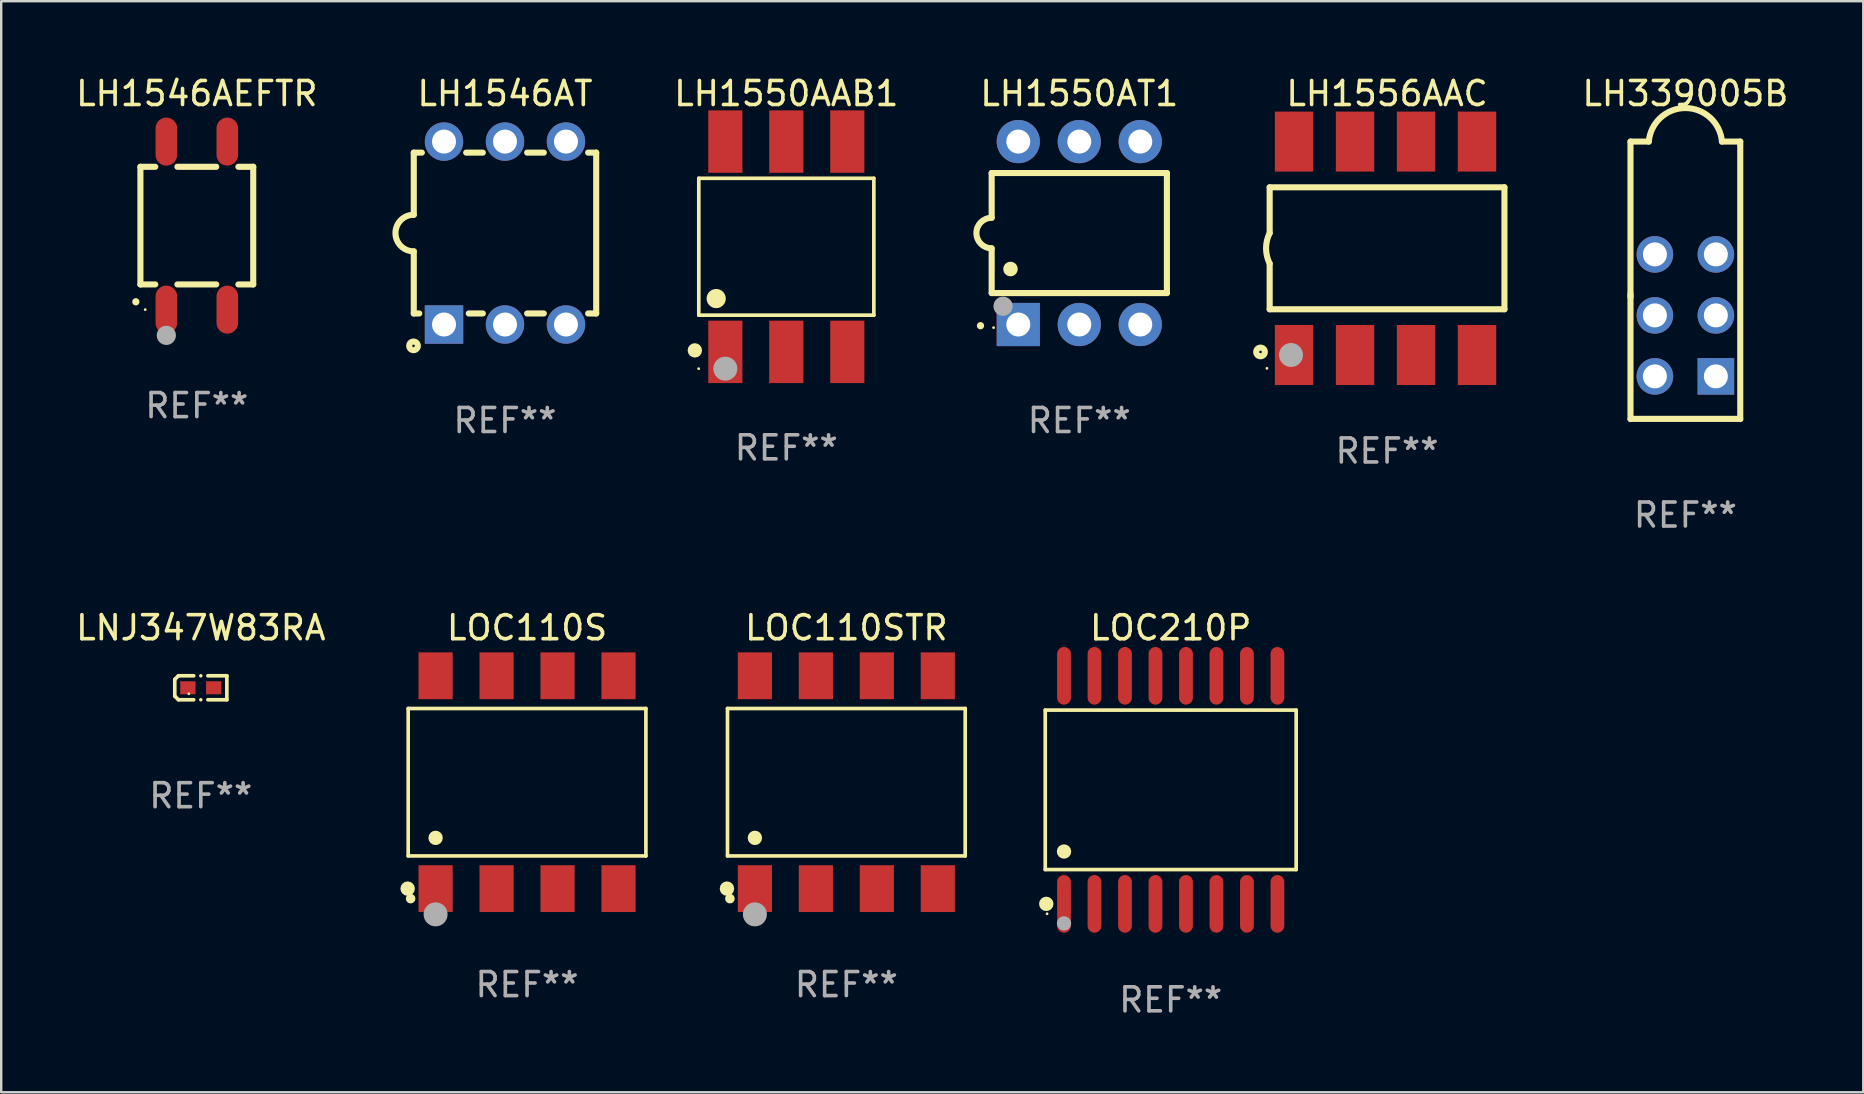
<source format=kicad_pcb>
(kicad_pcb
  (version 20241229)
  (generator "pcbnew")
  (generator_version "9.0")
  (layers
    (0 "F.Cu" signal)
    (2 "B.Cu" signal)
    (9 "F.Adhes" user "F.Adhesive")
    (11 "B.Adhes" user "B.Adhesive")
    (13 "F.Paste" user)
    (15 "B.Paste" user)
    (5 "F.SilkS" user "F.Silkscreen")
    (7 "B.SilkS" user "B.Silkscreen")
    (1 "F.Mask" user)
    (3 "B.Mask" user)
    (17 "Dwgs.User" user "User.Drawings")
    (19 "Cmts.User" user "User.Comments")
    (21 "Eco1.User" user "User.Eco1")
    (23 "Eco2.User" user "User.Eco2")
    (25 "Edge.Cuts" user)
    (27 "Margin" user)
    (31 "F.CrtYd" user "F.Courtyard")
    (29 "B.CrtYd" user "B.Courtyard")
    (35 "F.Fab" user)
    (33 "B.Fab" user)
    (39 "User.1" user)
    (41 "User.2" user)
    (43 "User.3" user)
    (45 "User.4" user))
  (footprint "LH1550AAB1"
    (layer "F.Cu")
    (at 29.705 7.228)
    (property "Reference" "LH1550AAB1" (at 0 -6.38 0) (layer "F.SilkS") (effects (font (size 1 1) (thickness 0.15))))
    (attr through_hole)
    (fp_line (start -3.646 -2.851) (end 3.646 -2.851) (stroke (width 0.152) (type solid)) (layer "F.SilkS"))
    (fp_line (start -3.646 2.851) (end -3.646 -2.851) (stroke (width 0.152) (type solid)) (layer "F.SilkS"))
    (fp_line (start 3.646 -2.851) (end 3.646 2.851) (stroke (width 0.152) (type solid)) (layer "F.SilkS"))
    (fp_line (start 3.646 2.851) (end -3.646 2.851) (stroke (width 0.152) (type solid)) (layer "F.SilkS"))
    (fp_circle (center -3.81 4.318) (end -3.66 4.318) (stroke (width 0.3) (type solid)) (fill no) (layer "F.SilkS"))
    (fp_circle (center -3.65 5.08) (end -3.62 5.08) (stroke (width 0.06) (type solid)) (fill no) (layer "F.SilkS"))
    (fp_circle (center -2.921 2.159) (end -2.721 2.159) (stroke (width 0.4) (type solid)) (fill no) (layer "F.SilkS"))
    (fp_circle (center -2.54 5.08) (end -2.29 5.08) (stroke (width 0.5) (type solid)) (fill no) (layer "F.Fab"))
    (fp_text user "REF**" (at 0 8.38 0) (layer "F.Fab") (effects (font (size 1 1) (thickness 0.15))))
    (pad "1" smd rect (at -2.54 4.38) (size 1.422 2.6) (layers "F.Cu" "F.Mask" "F.Paste"))
    (pad "2" smd rect (at 0 4.38) (size 1.422 2.6) (layers "F.Cu" "F.Mask" "F.Paste"))
    (pad "3" smd rect (at 2.54 4.38) (size 1.422 2.6) (layers "F.Cu" "F.Mask" "F.Paste"))
    (pad "4" smd rect (at 2.54 -4.38) (size 1.422 2.6) (layers "F.Cu" "F.Mask" "F.Paste"))
    (pad "5" smd rect (at 0 -4.38) (size 1.422 2.6) (layers "F.Cu" "F.Mask" "F.Paste"))
    (pad "6" smd rect (at -2.54 -4.38) (size 1.422 2.6) (layers "F.Cu" "F.Mask" "F.Paste")))
  (footprint "LH1556AAC"
    (layer "F.Cu")
    (at 54.73 7.293)
    (property "Reference" "LH1556AAC" (at 0 -6.445 0) (layer "F.SilkS") (effects (font (size 1 1) (thickness 0.15))))
    (attr through_hole)
    (fp_line (start -4.89 -2.54) (end 4.89 -2.54) (stroke (width 0.254) (type solid)) (layer "F.SilkS"))
    (fp_line (start -4.89 -0.635) (end -4.89 -2.54) (stroke (width 0.254) (type solid)) (layer "F.SilkS"))
    (fp_line (start -4.89 2.54) (end -4.89 0.635) (stroke (width 0.254) (type solid)) (layer "F.SilkS"))
    (fp_line (start 4.89 -2.54) (end 4.89 2.54) (stroke (width 0.254) (type solid)) (layer "F.SilkS"))
    (fp_line (start 4.89 2.54) (end -4.89 2.54) (stroke (width 0.254) (type solid)) (layer "F.SilkS"))
    (fp_arc (start -4.890119 0.635002) (mid -5.039815 -0.000071) (end -4.88951 -0.635001) (stroke (width 0.254001) (type solid)) (layer "F.SilkS"))
    (fp_circle (center -5.271 4.318) (end -5.091 4.318) (stroke (width 0.254) (type solid)) (fill no) (layer "F.SilkS"))
    (fp_circle (center -5.004 5) (end -4.974 5) (stroke (width 0.06) (type solid)) (fill no) (layer "F.SilkS"))
    (fp_circle (center -4.001 4.445) (end -3.751 4.445) (stroke (width 0.5) (type solid)) (fill no) (layer "F.Fab"))
    (fp_text user "REF**" (at 0 8.445 0) (layer "F.Fab") (effects (font (size 1 1) (thickness 0.15))))
    (pad "1" smd rect (at -3.874 4.445) (size 1.6 2.5) (layers "F.Cu" "F.Mask" "F.Paste"))
    (pad "2" smd rect (at -1.334 4.445) (size 1.6 2.5) (layers "F.Cu" "F.Mask" "F.Paste"))
    (pad "3" smd rect (at 1.207 4.445) (size 1.6 2.5) (layers "F.Cu" "F.Mask" "F.Paste"))
    (pad "4" smd rect (at 3.747 4.445) (size 1.6 2.5) (layers "F.Cu" "F.Mask" "F.Paste"))
    (pad "5" smd rect (at 3.747 -4.445) (size 1.6 2.5) (layers "F.Cu" "F.Mask" "F.Paste"))
    (pad "6" smd rect (at 1.207 -4.445) (size 1.6 2.5) (layers "F.Cu" "F.Mask" "F.Paste"))
    (pad "7" smd rect (at -1.334 -4.445) (size 1.6 2.5) (layers "F.Cu" "F.Mask" "F.Paste"))
    (pad "8" smd rect (at -3.874 -4.445) (size 1.6 2.5) (layers "F.Cu" "F.Mask" "F.Paste")))
  (footprint "LNJ347W83RA"
    (layer "F.Cu")
    (at 5.315 25.6)
    (property "Reference" "LNJ347W83RA" (at 0 -2.499 0) (layer "F.SilkS") (effects (font (size 1 1) (thickness 0.15))))
    (attr through_hole)
    (fp_line (start -1.085 -0.346) (end -0.933 -0.499) (stroke (width 0.152) (type solid)) (layer "F.SilkS"))
    (fp_line (start -1.085 0.346) (end -1.085 -0.346) (stroke (width 0.152) (type solid)) (layer "F.SilkS"))
    (fp_line (start -0.933 -0.499) (end -0.296 -0.499) (stroke (width 0.152) (type solid)) (layer "F.SilkS"))
    (fp_line (start -0.933 0.499) (end -1.085 0.346) (stroke (width 0.152) (type solid)) (layer "F.SilkS"))
    (fp_line (start -0.296 0.499) (end -0.933 0.499) (stroke (width 0.152) (type solid)) (layer "F.SilkS"))
    (fp_line (start 0.296 0.499) (end 1.085 0.499) (stroke (width 0.152) (type solid)) (layer "F.SilkS"))
    (fp_line (start 1.085 -0.499) (end 0.296 -0.499) (stroke (width 0.152) (type solid)) (layer "F.SilkS"))
    (fp_line (start 1.085 0.499) (end 1.085 -0.499) (stroke (width 0.152) (type solid)) (layer "F.SilkS"))
    (fp_circle (center -0.5 0.25) (end -0.47 0.25) (stroke (width 0.06) (type solid)) (fill no) (layer "F.SilkS"))
    (fp_circle (center 0 -0.499) (end 0.038 -0.499) (stroke (width 0.076) (type solid)) (fill no) (layer "F.SilkS"))
    (fp_circle (center 0 0.499) (end 0.038 0.499) (stroke (width 0.076) (type solid)) (fill no) (layer "F.SilkS"))
    (fp_text user "REF**" (at 0 4.499 0) (layer "F.Fab") (effects (font (size 1 1) (thickness 0.15))))
    (pad "1" smd rect (at -0.538 0) (size 0.636 0.54) (layers "F.Cu" "F.Mask" "F.Paste"))
    (pad "2" smd rect (at 0.538 0) (size 0.636 0.54) (layers "F.Cu" "F.Mask" "F.Paste")))
  (footprint "LOC110S"
    (layer "F.Cu")
    (at 18.905 29.534)
    (property "Reference" "LOC110S" (at 0 -6.433 0) (layer "F.SilkS") (effects (font (size 1 1) (thickness 0.15))))
    (attr through_hole)
    (fp_line (start -4.951 -3.071) (end 4.951 -3.071) (stroke (width 0.152) (type solid)) (layer "F.SilkS"))
    (fp_line (start -4.951 3.071) (end -4.951 -3.071) (stroke (width 0.152) (type solid)) (layer "F.SilkS"))
    (fp_line (start 4.951 -3.071) (end 4.951 3.071) (stroke (width 0.152) (type solid)) (layer "F.SilkS"))
    (fp_line (start 4.951 3.071) (end -4.951 3.071) (stroke (width 0.152) (type solid)) (layer "F.SilkS"))
    (fp_circle (center -4.974 4.433) (end -4.823 4.433) (stroke (width 0.3) (type solid)) (fill no) (layer "F.SilkS"))
    (fp_circle (center -4.85 4.85) (end -4.75 4.85) (stroke (width 0.2) (type solid)) (fill no) (layer "F.SilkS"))
    (fp_circle (center -3.81 2.319) (end -3.66 2.319) (stroke (width 0.3) (type solid)) (fill no) (layer "F.SilkS"))
    (fp_circle (center -3.81 5.505) (end -3.56 5.505) (stroke (width 0.5) (type solid)) (fill no) (layer "F.Fab"))
    (fp_text user "REF**" (at 0 8.433 0) (layer "F.Fab") (effects (font (size 1 1) (thickness 0.15))))
    (pad "1" smd rect (at -3.81 4.433) (size 1.422 1.95) (layers "F.Cu" "F.Mask" "F.Paste"))
    (pad "2" smd rect (at -1.27 4.433) (size 1.422 1.95) (layers "F.Cu" "F.Mask" "F.Paste"))
    (pad "3" smd rect (at 1.27 4.433) (size 1.422 1.95) (layers "F.Cu" "F.Mask" "F.Paste"))
    (pad "4" smd rect (at 3.81 4.433) (size 1.422 1.95) (layers "F.Cu" "F.Mask" "F.Paste"))
    (pad "5" smd rect (at 3.81 -4.433) (size 1.422 1.95) (layers "F.Cu" "F.Mask" "F.Paste"))
    (pad "6" smd rect (at 1.27 -4.433) (size 1.422 1.95) (layers "F.Cu" "F.Mask" "F.Paste"))
    (pad "7" smd rect (at -1.27 -4.433) (size 1.422 1.95) (layers "F.Cu" "F.Mask" "F.Paste"))
    (pad "8" smd rect (at -3.81 -4.433) (size 1.422 1.95) (layers "F.Cu" "F.Mask" "F.Paste")))
  (footprint "LH1546AT"
    (layer "F.Cu")
    (at 17.986 6.658)
    (property "Reference" "LH1546AT" (at 0 -5.81 0) (layer "F.SilkS") (effects (font (size 1 1) (thickness 0.15))))
    (attr through_hole)
    (fp_line (start -3.8 3.35) (end -3.8 0.762) (stroke (width 0.254) (type solid)) (layer "F.SilkS"))
    (fp_line (start -3.8 3.35) (end -3.571 3.35) (stroke (width 0.254) (type solid)) (layer "F.SilkS"))
    (fp_line (start -3.8 -3.35) (end -3.8 -0.762) (stroke (width 0.254) (type solid)) (layer "F.SilkS"))
    (fp_line (start -3.8 -3.35) (end -3.463 -3.35) (stroke (width 0.254) (type solid)) (layer "F.SilkS"))
    (fp_line (start -1.617 -3.35) (end -0.923 -3.35) (stroke (width 0.254) (type solid)) (layer "F.SilkS"))
    (fp_line (start -1.509 3.35) (end -0.923 3.35) (stroke (width 0.254) (type solid)) (layer "F.SilkS"))
    (fp_line (start 0.923 -3.35) (end 1.617 -3.35) (stroke (width 0.254) (type solid)) (layer "F.SilkS"))
    (fp_line (start 0.923 3.35) (end 1.617 3.35) (stroke (width 0.254) (type solid)) (layer "F.SilkS"))
    (fp_line (start 3.463 -3.35) (end 3.8 -3.35) (stroke (width 0.254) (type solid)) (layer "F.SilkS"))
    (fp_line (start 3.463 3.35) (end 3.8 3.35) (stroke (width 0.254) (type solid)) (layer "F.SilkS"))
    (fp_line (start 3.8 -3.35) (end 3.8 3.35) (stroke (width 0.254) (type solid)) (layer "F.SilkS"))
    (fp_arc (start -3.800013 0.762002) (mid -4.561837 -0.000089) (end -3.799835 -0.762002) (stroke (width 0.254001) (type solid)) (layer "F.SilkS"))
    (fp_circle (center -3.81 4.699) (end -3.63 4.699) (stroke (width 0.254) (type solid)) (fill no) (layer "F.SilkS"))
    (fp_text user "REF**" (at 0 7.81 0) (layer "F.Fab") (effects (font (size 1 1) (thickness 0.15))))
    (pad "1" thru_hole rect (at -2.54 3.81) (size 1.6 1.6) (drill 1) (layers "*.Cu" "*.Mask"))
    (pad "2" thru_hole circle (at 0.000013 3.81) (size 1.6 1.6) (drill 1) (layers "*.Cu" "*.Mask"))
    (pad "3" thru_hole circle (at 2.54 3.81) (size 1.6 1.6) (drill 1) (layers "*.Cu" "*.Mask"))
    (pad "4" thru_hole circle (at 2.54 -3.81) (size 1.6 1.6) (drill 1) (layers "*.Cu" "*.Mask"))
    (pad "5" thru_hole circle (at 0.000013 -3.81) (size 1.6 1.6) (drill 1) (layers "*.Cu" "*.Mask"))
    (pad "6" thru_hole circle (at -2.54 -3.81) (size 1.6 1.6) (drill 1) (layers "*.Cu" "*.Mask")))
  (footprint "LOC110STR"
    (layer "F.Cu")
    (at 32.206 29.534)
    (property "Reference" "LOC110STR" (at 0 -6.433 0) (layer "F.SilkS") (effects (font (size 1 1) (thickness 0.15))))
    (attr through_hole)
    (fp_line (start -4.951 -3.071) (end 4.951 -3.071) (stroke (width 0.152) (type solid)) (layer "F.SilkS"))
    (fp_line (start -4.951 3.071) (end -4.951 -3.071) (stroke (width 0.152) (type solid)) (layer "F.SilkS"))
    (fp_line (start 4.951 -3.071) (end 4.951 3.071) (stroke (width 0.152) (type solid)) (layer "F.SilkS"))
    (fp_line (start 4.951 3.071) (end -4.951 3.071) (stroke (width 0.152) (type solid)) (layer "F.SilkS"))
    (fp_circle (center -4.974 4.433) (end -4.823 4.433) (stroke (width 0.3) (type solid)) (fill no) (layer "F.SilkS"))
    (fp_circle (center -4.85 4.85) (end -4.75 4.85) (stroke (width 0.2) (type solid)) (fill no) (layer "F.SilkS"))
    (fp_circle (center -3.81 2.319) (end -3.66 2.319) (stroke (width 0.3) (type solid)) (fill no) (layer "F.SilkS"))
    (fp_circle (center -3.81 5.505) (end -3.56 5.505) (stroke (width 0.5) (type solid)) (fill no) (layer "F.Fab"))
    (fp_text user "REF**" (at 0 8.433 0) (layer "F.Fab") (effects (font (size 1 1) (thickness 0.15))))
    (pad "1" smd rect (at -3.81 4.433) (size 1.422 1.95) (layers "F.Cu" "F.Mask" "F.Paste"))
    (pad "2" smd rect (at -1.27 4.433) (size 1.422 1.95) (layers "F.Cu" "F.Mask" "F.Paste"))
    (pad "3" smd rect (at 1.27 4.433) (size 1.422 1.95) (layers "F.Cu" "F.Mask" "F.Paste"))
    (pad "4" smd rect (at 3.81 4.433) (size 1.422 1.95) (layers "F.Cu" "F.Mask" "F.Paste"))
    (pad "5" smd rect (at 3.81 -4.433) (size 1.422 1.95) (layers "F.Cu" "F.Mask" "F.Paste"))
    (pad "6" smd rect (at 1.27 -4.433) (size 1.422 1.95) (layers "F.Cu" "F.Mask" "F.Paste"))
    (pad "7" smd rect (at -1.27 -4.433) (size 1.422 1.95) (layers "F.Cu" "F.Mask" "F.Paste"))
    (pad "8" smd rect (at -3.81 -4.433) (size 1.422 1.95) (layers "F.Cu" "F.Mask" "F.Paste")))
  (footprint "LH339005B"
    (layer "F.Cu")
    (at 67.157 8.627)
    (property "Reference" "LH339005B" (at 0 -7.779 0) (layer "F.SilkS") (effects (font (size 1 1) (thickness 0.15))))
    (attr through_hole)
    (fp_line (start -2.286 -5.779) (end -1.524 -5.779) (stroke (width 0.254) (type solid)) (layer "F.SilkS"))
    (fp_line (start -2.286 0.699) (end -2.286 -5.779) (stroke (width 0.254) (type solid)) (layer "F.SilkS"))
    (fp_line (start -2.286 5.772) (end 2.286 5.772) (stroke (width 0.254) (type solid)) (layer "F.SilkS"))
    (fp_line (start -2.286 5.779) (end -2.286 0.572) (stroke (width 0.254) (type solid)) (layer "F.SilkS"))
    (fp_line (start 2.286 -5.779) (end 1.524 -5.779) (stroke (width 0.254) (type solid)) (layer "F.SilkS"))
    (fp_line (start 2.286 -5.779) (end 2.286 5.779) (stroke (width 0.254) (type solid)) (layer "F.SilkS"))
    (fp_arc (start -1.524003 -5.778511) (mid 0 -7.175915) (end 1.524003 -5.778512) (stroke (width 0.254001) (type solid)) (layer "F.SilkS"))
    (fp_circle (center 2.2 5.771) (end 2.23 5.771) (stroke (width 0.06) (type solid)) (fill no) (layer "F.SilkS"))
    (fp_text user "REF**" (at 0 9.779 0) (layer "F.Fab") (effects (font (size 1 1) (thickness 0.15))))
    (pad "1" thru_hole rect (at 1.27 4.001) (size 1.524 1.524) (drill 1) (layers "*.Cu" "*.Mask"))
    (pad "2" thru_hole circle (at -1.27 4.001) (size 1.524 1.524) (drill 1) (layers "*.Cu" "*.Mask"))
    (pad "3" thru_hole circle (at 1.27 1.461) (size 1.524 1.524) (drill 1) (layers "*.Cu" "*.Mask"))
    (pad "4" thru_hole circle (at -1.27 1.461) (size 1.524 1.524) (drill 1) (layers "*.Cu" "*.Mask"))
    (pad "5" thru_hole circle (at 1.27 -1.08) (size 1.524 1.524) (drill 1) (layers "*.Cu" "*.Mask"))
    (pad "6" thru_hole circle (at -1.27 -1.08) (size 1.524 1.524) (drill 1) (layers "*.Cu" "*.Mask")))
  (footprint "LOC210P"
    (layer "F.Cu")
    (at 45.718 29.852)
    (property "Reference" "LOC210P" (at 0 -6.75 0) (layer "F.SilkS") (effects (font (size 1 1) (thickness 0.15))))
    (attr through_hole)
    (fp_line (start -5.226 -3.321) (end 5.226 -3.321) (stroke (width 0.152) (type solid)) (layer "F.SilkS"))
    (fp_line (start -5.226 3.321) (end -5.226 -3.321) (stroke (width 0.152) (type solid)) (layer "F.SilkS"))
    (fp_line (start 5.226 -3.321) (end 5.226 3.321) (stroke (width 0.152) (type solid)) (layer "F.SilkS"))
    (fp_line (start 5.226 3.321) (end -5.226 3.321) (stroke (width 0.152) (type solid)) (layer "F.SilkS"))
    (fp_circle (center -5.184 4.75) (end -5.034 4.75) (stroke (width 0.3) (type solid)) (fill no) (layer "F.SilkS"))
    (fp_circle (center -5.15 5.163) (end -5.12 5.163) (stroke (width 0.06) (type solid)) (fill no) (layer "F.SilkS"))
    (fp_circle (center -4.445 2.569) (end -4.295 2.569) (stroke (width 0.3) (type solid)) (fill no) (layer "F.SilkS"))
    (fp_circle (center -4.445 5.563) (end -4.295 5.563) (stroke (width 0.3) (type solid)) (fill no) (layer "F.Fab"))
    (fp_text user "REF**" (at 0 8.75 0) (layer "F.Fab") (effects (font (size 1 1) (thickness 0.15))))
    (pad "1" smd oval (at -4.445 4.75) (size 0.574 2.401) (layers "F.Cu" "F.Mask" "F.Paste"))
    (pad "2" smd oval (at -3.175 4.75) (size 0.574 2.401) (layers "F.Cu" "F.Mask" "F.Paste"))
    (pad "3" smd oval (at -1.905 4.75) (size 0.574 2.401) (layers "F.Cu" "F.Mask" "F.Paste"))
    (pad "4" smd oval (at -0.635 4.75) (size 0.574 2.401) (layers "F.Cu" "F.Mask" "F.Paste"))
    (pad "5" smd oval (at 0.635 4.75) (size 0.574 2.401) (layers "F.Cu" "F.Mask" "F.Paste"))
    (pad "6" smd oval (at 1.905 4.75) (size 0.574 2.401) (layers "F.Cu" "F.Mask" "F.Paste"))
    (pad "7" smd oval (at 3.175 4.75) (size 0.574 2.401) (layers "F.Cu" "F.Mask" "F.Paste"))
    (pad "8" smd oval (at 4.445 4.75) (size 0.574 2.401) (layers "F.Cu" "F.Mask" "F.Paste"))
    (pad "9" smd oval (at 4.445 -4.75) (size 0.574 2.401) (layers "F.Cu" "F.Mask" "F.Paste"))
    (pad "10" smd oval (at 3.175 -4.75) (size 0.574 2.401) (layers "F.Cu" "F.Mask" "F.Paste"))
    (pad "11" smd oval (at 1.905 -4.75) (size 0.574 2.401) (layers "F.Cu" "F.Mask" "F.Paste"))
    (pad "12" smd oval (at 0.635 -4.75) (size 0.574 2.401) (layers "F.Cu" "F.Mask" "F.Paste"))
    (pad "13" smd oval (at -0.635 -4.75) (size 0.574 2.401) (layers "F.Cu" "F.Mask" "F.Paste"))
    (pad "14" smd oval (at -1.905 -4.75) (size 0.574 2.401) (layers "F.Cu" "F.Mask" "F.Paste"))
    (pad "15" smd oval (at -3.175 -4.75) (size 0.574 2.401) (layers "F.Cu" "F.Mask" "F.Paste"))
    (pad "16" smd oval (at -4.445 -4.75) (size 0.574 2.401) (layers "F.Cu" "F.Mask" "F.Paste")))
  (footprint "LH1550AT1"
    (layer "F.Cu")
    (at 41.909 6.658)
    (property "Reference" "LH1550AT1" (at 0 -5.81 0) (layer "F.SilkS") (effects (font (size 1 1) (thickness 0.15))))
    (attr through_hole)
    (fp_line (start -3.65 -2.5) (end 3.65 -2.5) (stroke (width 0.254) (type solid)) (layer "F.SilkS"))
    (fp_line (start -3.65 -0.635) (end -3.65 -2.5) (stroke (width 0.254) (type solid)) (layer "F.SilkS"))
    (fp_line (start -3.65 0.635) (end -3.65 2.5) (stroke (width 0.254) (type solid)) (layer "F.SilkS"))
    (fp_line (start -3.65 2.5) (end 3.65 2.5) (stroke (width 0.254) (type solid)) (layer "F.SilkS"))
    (fp_line (start 3.65 -2.5) (end 3.65 2.5) (stroke (width 0.254) (type solid)) (layer "F.SilkS"))
    (fp_arc (start -4.114808 3.860808) (mid -4.114813 3.859538) (end -4.114808 3.858268) (stroke (width 0.3) (type solid)) (layer "F.SilkS"))
    (fp_arc (start -3.650013 0.635001) (mid -4.285014 0) (end -3.650013 -0.635001) (stroke (width 0.254001) (type solid)) (layer "F.SilkS"))
    (fp_arc (start -2.865405 1.501143) (mid -2.865416 1.498603) (end -2.865405 1.496063) (stroke (width 0.6) (type solid)) (layer "F.SilkS"))
    (fp_circle (center -3.57 3.94) (end -3.54 3.94) (stroke (width 0.06) (type solid)) (fill no) (layer "F.SilkS"))
    (fp_circle (center -3.175 3.048) (end -2.975 3.048) (stroke (width 0.4) (type solid)) (fill no) (layer "F.Fab"))
    (fp_text user "REF**" (at 0 7.81 0) (layer "F.Fab") (effects (font (size 1 1) (thickness 0.15))))
    (pad "1" thru_hole rect (at -2.54 3.81 90) (size 1.8 1.8) (drill 1) (layers "*.Cu" "*.Mask"))
    (pad "2" thru_hole circle (at 0 3.81) (size 1.8 1.8) (drill 1) (layers "*.Cu" "*.Mask"))
    (pad "3" thru_hole circle (at 2.54 3.81) (size 1.8 1.8) (drill 1) (layers "*.Cu" "*.Mask"))
    (pad "4" thru_hole circle (at 2.54 -3.81) (size 1.8 1.8) (drill 1) (layers "*.Cu" "*.Mask"))
    (pad "5" thru_hole circle (at 0 -3.81) (size 1.8 1.8) (drill 1) (layers "*.Cu" "*.Mask"))
    (pad "6" thru_hole circle (at -2.54 -3.81) (size 1.8 1.8) (drill 1) (layers "*.Cu" "*.Mask")))
  (footprint "LH1546AEFTR"
    (layer "F.Cu")
    (at 5.149 6.348)
    (property "Reference" "LH1546AEFTR" (at 0 -5.5 0) (layer "F.SilkS") (effects (font (size 1 1) (thickness 0.15))))
    (attr through_hole)
    (fp_line (start -2.35 -2.45) (end -2.35 2.45) (stroke (width 0.254) (type solid)) (layer "F.SilkS"))
    (fp_line (start -2.35 -2.45) (end -1.731 -2.45) (stroke (width 0.254) (type solid)) (layer "F.SilkS"))
    (fp_line (start -2.35 2.45) (end -1.731 2.45) (stroke (width 0.254) (type solid)) (layer "F.SilkS"))
    (fp_line (start -0.809 -2.45) (end 0.809 -2.45) (stroke (width 0.254) (type solid)) (layer "F.SilkS"))
    (fp_line (start -0.809 2.45) (end 0.809 2.45) (stroke (width 0.254) (type solid)) (layer "F.SilkS"))
    (fp_line (start 1.731 -2.45) (end 2.35 -2.45) (stroke (width 0.254) (type solid)) (layer "F.SilkS"))
    (fp_line (start 1.731 2.45) (end 2.35 2.45) (stroke (width 0.254) (type solid)) (layer "F.SilkS"))
    (fp_line (start 2.35 -2.45) (end 2.35 2.45) (stroke (width 0.254) (type solid)) (layer "F.SilkS"))
    (fp_arc (start -2.540005 3.174879) (mid -2.54001 3.173609) (end -2.540005 3.172339) (stroke (width 0.3) (type solid)) (layer "F.SilkS"))
    (fp_circle (center -2.15 3.5) (end -2.12 3.5) (stroke (width 0.06) (type solid)) (fill no) (layer "F.SilkS"))
    (fp_circle (center -1.27 4.572) (end -1.07 4.572) (stroke (width 0.4) (type solid)) (fill no) (layer "F.Fab"))
    (fp_text user "REF**" (at 0 7.5 0) (layer "F.Fab") (effects (font (size 1 1) (thickness 0.15))))
    (pad "1" smd oval (at -1.27 3.5 180) (size 0.9 2) (layers "F.Cu" "F.Mask" "F.Paste"))
    (pad "2" smd oval (at 1.27 3.5 180) (size 0.9 2) (layers "F.Cu" "F.Mask" "F.Paste"))
    (pad "3" smd oval (at 1.27 -3.5 180) (size 0.9 2) (layers "F.Cu" "F.Mask" "F.Paste"))
    (pad "4" smd oval (at -1.27 -3.5 180) (size 0.9 2) (layers "F.Cu" "F.Mask" "F.Paste")))
  (gr_rect
    (start -3 -3)
    (end 74.568 42.451)
    (stroke (width 0.1) (type default))
    (fill no)
    (layer "Edge.Cuts")))
</source>
